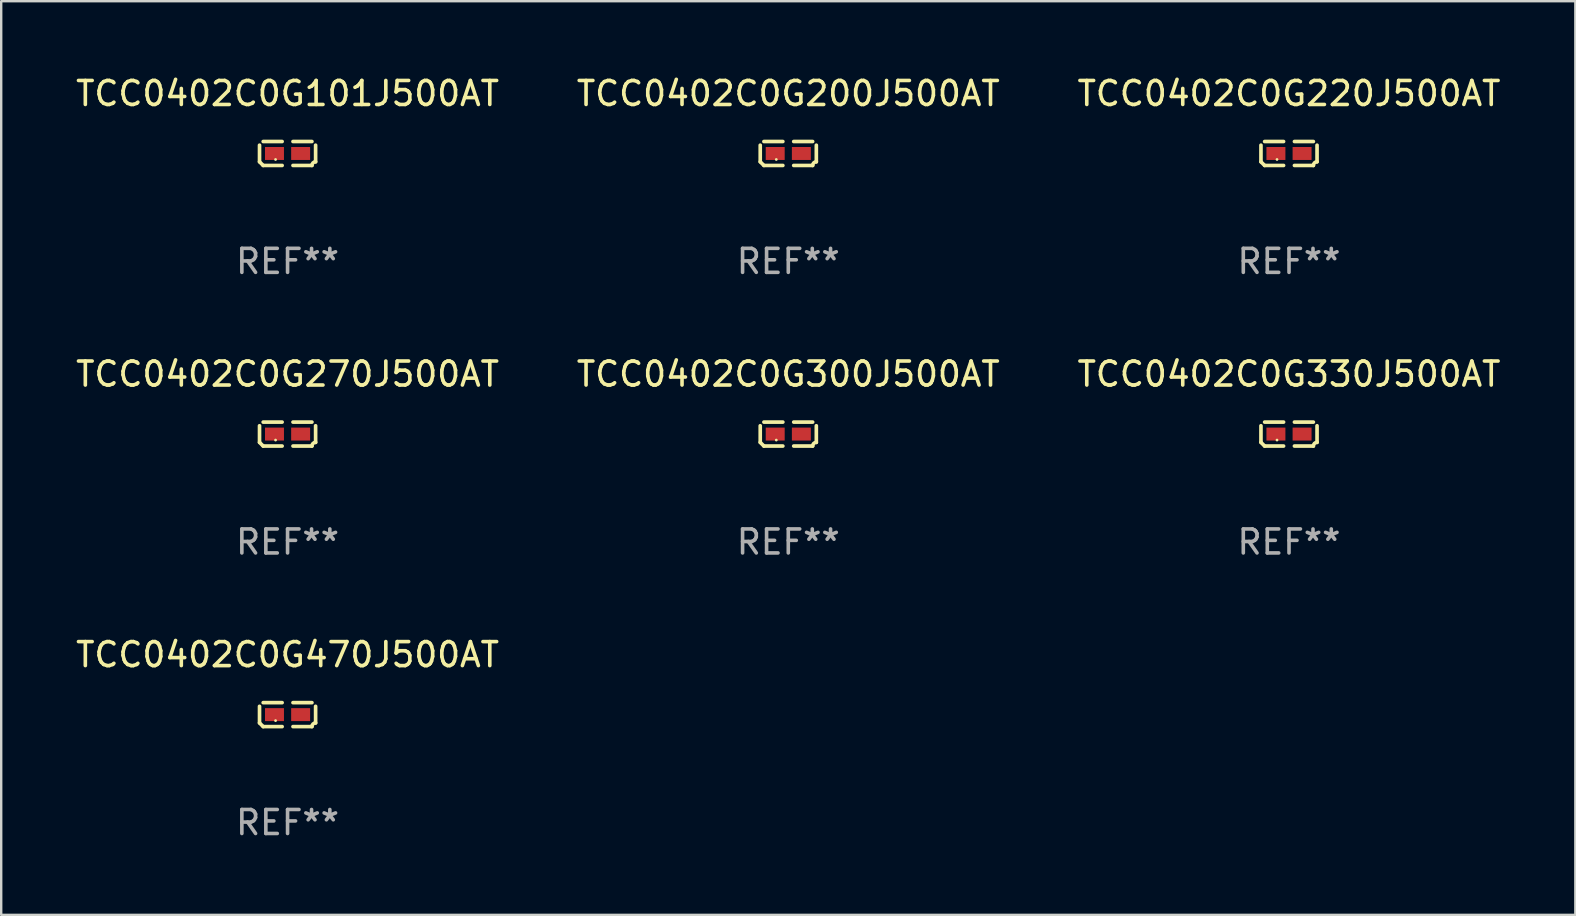
<source format=kicad_pcb>
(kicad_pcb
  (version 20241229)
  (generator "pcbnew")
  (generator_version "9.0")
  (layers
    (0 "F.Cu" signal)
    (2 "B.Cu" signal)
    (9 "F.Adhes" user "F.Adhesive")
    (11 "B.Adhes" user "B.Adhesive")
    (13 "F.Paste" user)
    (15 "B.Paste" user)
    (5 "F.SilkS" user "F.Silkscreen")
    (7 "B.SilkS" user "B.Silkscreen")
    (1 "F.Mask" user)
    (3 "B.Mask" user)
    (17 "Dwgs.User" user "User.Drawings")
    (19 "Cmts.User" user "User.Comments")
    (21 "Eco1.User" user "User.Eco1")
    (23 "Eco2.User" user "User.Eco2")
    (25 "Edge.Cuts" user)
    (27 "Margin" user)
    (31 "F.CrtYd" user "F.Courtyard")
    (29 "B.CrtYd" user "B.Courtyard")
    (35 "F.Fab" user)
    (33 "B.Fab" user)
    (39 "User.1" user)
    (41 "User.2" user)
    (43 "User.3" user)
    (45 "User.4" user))
  (footprint "TCC0402C0G330J500AT"
    (layer "F.Cu")
    (at 50.673 15.041)
    (property "Reference" "TCC0402C0G330J500AT" (at 0 -2.499 0) (layer "F.SilkS") (effects (font (size 1 1) (thickness 0.15))))
    (attr through_hole)
    (fp_line (start -1.169 0.346) (end -1.169 -0.346) (stroke (width 0.152) (type solid)) (layer "F.SilkS"))
    (fp_line (start -1.016 -0.499) (end -0.226 -0.499) (stroke (width 0.152) (type solid)) (layer "F.SilkS"))
    (fp_line (start -0.226 0.499) (end -1.016 0.499) (stroke (width 0.152) (type solid)) (layer "F.SilkS"))
    (fp_line (start 0.226 0.499) (end 1.016 0.499) (stroke (width 0.152) (type solid)) (layer "F.SilkS"))
    (fp_line (start 1.016 -0.499) (end 0.226 -0.499) (stroke (width 0.152) (type solid)) (layer "F.SilkS"))
    (fp_line (start 1.169 0.346) (end 1.169 -0.346) (stroke (width 0.152) (type solid)) (layer "F.SilkS"))
    (fp_arc (start -1.016307 0.498603) (mid -1.092512 0.422405) (end -1.16871 0.3462) (stroke (width 0.1524) (type solid)) (layer "F.SilkS"))
    (fp_arc (start 1.016307 0.498603) (mid 1.060899 0.390758) (end 1.168707 0.346076) (stroke (width 0.1524) (type solid)) (layer "F.SilkS"))
    (fp_circle (center -0.5 0.25) (end -0.47 0.25) (stroke (width 0.06) (type solid)) (fill no) (layer "F.SilkS"))
    (fp_text user "REF**" (at 0 4.499 0) (layer "F.Fab") (effects (font (size 1 1) (thickness 0.15))))
    (pad "1" smd rect (at -0.545 0) (size 0.79 0.54) (layers "F.Cu" "F.Mask" "F.Paste"))
    (pad "2" smd rect (at 0.545 0) (size 0.79 0.54) (layers "F.Cu" "F.Mask" "F.Paste")))
  (footprint "TCC0402C0G270J500AT"
    (layer "F.Cu")
    (at 8.935 15.041)
    (property "Reference" "TCC0402C0G270J500AT" (at 0 -2.499 0) (layer "F.SilkS") (effects (font (size 1 1) (thickness 0.15))))
    (attr through_hole)
    (fp_line (start -1.169 0.346) (end -1.169 -0.346) (stroke (width 0.152) (type solid)) (layer "F.SilkS"))
    (fp_line (start -1.016 -0.499) (end -0.226 -0.499) (stroke (width 0.152) (type solid)) (layer "F.SilkS"))
    (fp_line (start -0.226 0.499) (end -1.016 0.499) (stroke (width 0.152) (type solid)) (layer "F.SilkS"))
    (fp_line (start 0.226 0.499) (end 1.016 0.499) (stroke (width 0.152) (type solid)) (layer "F.SilkS"))
    (fp_line (start 1.016 -0.499) (end 0.226 -0.499) (stroke (width 0.152) (type solid)) (layer "F.SilkS"))
    (fp_line (start 1.169 0.346) (end 1.169 -0.346) (stroke (width 0.152) (type solid)) (layer "F.SilkS"))
    (fp_arc (start -1.016307 0.498603) (mid -1.092512 0.422405) (end -1.16871 0.3462) (stroke (width 0.1524) (type solid)) (layer "F.SilkS"))
    (fp_arc (start 1.016307 0.498603) (mid 1.060899 0.390758) (end 1.168707 0.346076) (stroke (width 0.1524) (type solid)) (layer "F.SilkS"))
    (fp_circle (center -0.5 0.25) (end -0.47 0.25) (stroke (width 0.06) (type solid)) (fill no) (layer "F.SilkS"))
    (fp_text user "REF**" (at 0 4.499 0) (layer "F.Fab") (effects (font (size 1 1) (thickness 0.15))))
    (pad "1" smd rect (at -0.545 0) (size 0.79 0.54) (layers "F.Cu" "F.Mask" "F.Paste"))
    (pad "2" smd rect (at 0.545 0) (size 0.79 0.54) (layers "F.Cu" "F.Mask" "F.Paste")))
  (footprint "TCC0402C0G200J500AT"
    (layer "F.Cu")
    (at 29.804 3.347)
    (property "Reference" "TCC0402C0G200J500AT" (at 0 -2.499 0) (layer "F.SilkS") (effects (font (size 1 1) (thickness 0.15))))
    (attr through_hole)
    (fp_line (start -1.169 0.346) (end -1.169 -0.346) (stroke (width 0.152) (type solid)) (layer "F.SilkS"))
    (fp_line (start -1.016 -0.499) (end -0.226 -0.499) (stroke (width 0.152) (type solid)) (layer "F.SilkS"))
    (fp_line (start -0.226 0.499) (end -1.016 0.499) (stroke (width 0.152) (type solid)) (layer "F.SilkS"))
    (fp_line (start 0.226 0.499) (end 1.016 0.499) (stroke (width 0.152) (type solid)) (layer "F.SilkS"))
    (fp_line (start 1.016 -0.499) (end 0.226 -0.499) (stroke (width 0.152) (type solid)) (layer "F.SilkS"))
    (fp_line (start 1.169 0.346) (end 1.169 -0.346) (stroke (width 0.152) (type solid)) (layer "F.SilkS"))
    (fp_arc (start -1.016307 0.498603) (mid -1.092512 0.422405) (end -1.16871 0.3462) (stroke (width 0.1524) (type solid)) (layer "F.SilkS"))
    (fp_arc (start 1.016307 0.498603) (mid 1.060899 0.390758) (end 1.168707 0.346076) (stroke (width 0.1524) (type solid)) (layer "F.SilkS"))
    (fp_circle (center -0.5 0.25) (end -0.47 0.25) (stroke (width 0.06) (type solid)) (fill no) (layer "F.SilkS"))
    (fp_text user "REF**" (at 0 4.499 0) (layer "F.Fab") (effects (font (size 1 1) (thickness 0.15))))
    (pad "1" smd rect (at -0.545 0) (size 0.79 0.54) (layers "F.Cu" "F.Mask" "F.Paste"))
    (pad "2" smd rect (at 0.545 0) (size 0.79 0.54) (layers "F.Cu" "F.Mask" "F.Paste")))
  (footprint "TCC0402C0G470J500AT"
    (layer "F.Cu")
    (at 8.935 26.734)
    (property "Reference" "TCC0402C0G470J500AT" (at 0 -2.499 0) (layer "F.SilkS") (effects (font (size 1 1) (thickness 0.15))))
    (attr through_hole)
    (fp_line (start -1.169 0.346) (end -1.169 -0.346) (stroke (width 0.152) (type solid)) (layer "F.SilkS"))
    (fp_line (start -1.016 -0.499) (end -0.226 -0.499) (stroke (width 0.152) (type solid)) (layer "F.SilkS"))
    (fp_line (start -0.226 0.499) (end -1.016 0.499) (stroke (width 0.152) (type solid)) (layer "F.SilkS"))
    (fp_line (start 0.226 0.499) (end 1.016 0.499) (stroke (width 0.152) (type solid)) (layer "F.SilkS"))
    (fp_line (start 1.016 -0.499) (end 0.226 -0.499) (stroke (width 0.152) (type solid)) (layer "F.SilkS"))
    (fp_line (start 1.169 0.346) (end 1.169 -0.346) (stroke (width 0.152) (type solid)) (layer "F.SilkS"))
    (fp_arc (start -1.016307 0.498603) (mid -1.092512 0.422405) (end -1.16871 0.3462) (stroke (width 0.1524) (type solid)) (layer "F.SilkS"))
    (fp_arc (start 1.016307 0.498603) (mid 1.060899 0.390758) (end 1.168707 0.346076) (stroke (width 0.1524) (type solid)) (layer "F.SilkS"))
    (fp_circle (center -0.5 0.25) (end -0.47 0.25) (stroke (width 0.06) (type solid)) (fill no) (layer "F.SilkS"))
    (fp_text user "REF**" (at 0 4.499 0) (layer "F.Fab") (effects (font (size 1 1) (thickness 0.15))))
    (pad "1" smd rect (at -0.545 0) (size 0.79 0.54) (layers "F.Cu" "F.Mask" "F.Paste"))
    (pad "2" smd rect (at 0.545 0) (size 0.79 0.54) (layers "F.Cu" "F.Mask" "F.Paste")))
  (footprint "TCC0402C0G220J500AT"
    (layer "F.Cu")
    (at 50.673 3.347)
    (property "Reference" "TCC0402C0G220J500AT" (at 0 -2.499 0) (layer "F.SilkS") (effects (font (size 1 1) (thickness 0.15))))
    (attr through_hole)
    (fp_line (start -1.169 0.346) (end -1.169 -0.346) (stroke (width 0.152) (type solid)) (layer "F.SilkS"))
    (fp_line (start -1.016 -0.499) (end -0.226 -0.499) (stroke (width 0.152) (type solid)) (layer "F.SilkS"))
    (fp_line (start -0.226 0.499) (end -1.016 0.499) (stroke (width 0.152) (type solid)) (layer "F.SilkS"))
    (fp_line (start 0.226 0.499) (end 1.016 0.499) (stroke (width 0.152) (type solid)) (layer "F.SilkS"))
    (fp_line (start 1.016 -0.499) (end 0.226 -0.499) (stroke (width 0.152) (type solid)) (layer "F.SilkS"))
    (fp_line (start 1.169 0.346) (end 1.169 -0.346) (stroke (width 0.152) (type solid)) (layer "F.SilkS"))
    (fp_arc (start -1.016307 0.498603) (mid -1.092512 0.422405) (end -1.16871 0.3462) (stroke (width 0.1524) (type solid)) (layer "F.SilkS"))
    (fp_arc (start 1.016307 0.498603) (mid 1.060899 0.390758) (end 1.168707 0.346076) (stroke (width 0.1524) (type solid)) (layer "F.SilkS"))
    (fp_circle (center -0.5 0.25) (end -0.47 0.25) (stroke (width 0.06) (type solid)) (fill no) (layer "F.SilkS"))
    (fp_text user "REF**" (at 0 4.499 0) (layer "F.Fab") (effects (font (size 1 1) (thickness 0.15))))
    (pad "1" smd rect (at -0.545 0) (size 0.79 0.54) (layers "F.Cu" "F.Mask" "F.Paste"))
    (pad "2" smd rect (at 0.545 0) (size 0.79 0.54) (layers "F.Cu" "F.Mask" "F.Paste")))
  (footprint "TCC0402C0G101J500AT"
    (layer "F.Cu")
    (at 8.935 3.347)
    (property "Reference" "TCC0402C0G101J500AT" (at 0 -2.499 0) (layer "F.SilkS") (effects (font (size 1 1) (thickness 0.15))))
    (attr through_hole)
    (fp_line (start -1.169 0.346) (end -1.169 -0.346) (stroke (width 0.152) (type solid)) (layer "F.SilkS"))
    (fp_line (start -1.016 -0.499) (end -0.226 -0.499) (stroke (width 0.152) (type solid)) (layer "F.SilkS"))
    (fp_line (start -0.226 0.499) (end -1.016 0.499) (stroke (width 0.152) (type solid)) (layer "F.SilkS"))
    (fp_line (start 0.226 0.499) (end 1.016 0.499) (stroke (width 0.152) (type solid)) (layer "F.SilkS"))
    (fp_line (start 1.016 -0.499) (end 0.226 -0.499) (stroke (width 0.152) (type solid)) (layer "F.SilkS"))
    (fp_line (start 1.169 0.346) (end 1.169 -0.346) (stroke (width 0.152) (type solid)) (layer "F.SilkS"))
    (fp_arc (start -1.016307 0.498603) (mid -1.092512 0.422405) (end -1.16871 0.3462) (stroke (width 0.1524) (type solid)) (layer "F.SilkS"))
    (fp_arc (start 1.016307 0.498603) (mid 1.060899 0.390758) (end 1.168707 0.346076) (stroke (width 0.1524) (type solid)) (layer "F.SilkS"))
    (fp_circle (center -0.5 0.25) (end -0.47 0.25) (stroke (width 0.06) (type solid)) (fill no) (layer "F.SilkS"))
    (fp_text user "REF**" (at 0 4.499 0) (layer "F.Fab") (effects (font (size 1 1) (thickness 0.15))))
    (pad "1" smd rect (at -0.545 0) (size 0.79 0.54) (layers "F.Cu" "F.Mask" "F.Paste"))
    (pad "2" smd rect (at 0.545 0) (size 0.79 0.54) (layers "F.Cu" "F.Mask" "F.Paste")))
  (footprint "TCC0402C0G300J500AT"
    (layer "F.Cu")
    (at 29.804 15.041)
    (property "Reference" "TCC0402C0G300J500AT" (at 0 -2.499 0) (layer "F.SilkS") (effects (font (size 1 1) (thickness 0.15))))
    (attr through_hole)
    (fp_line (start -1.169 0.346) (end -1.169 -0.346) (stroke (width 0.152) (type solid)) (layer "F.SilkS"))
    (fp_line (start -1.016 -0.499) (end -0.226 -0.499) (stroke (width 0.152) (type solid)) (layer "F.SilkS"))
    (fp_line (start -0.226 0.499) (end -1.016 0.499) (stroke (width 0.152) (type solid)) (layer "F.SilkS"))
    (fp_line (start 0.226 0.499) (end 1.016 0.499) (stroke (width 0.152) (type solid)) (layer "F.SilkS"))
    (fp_line (start 1.016 -0.499) (end 0.226 -0.499) (stroke (width 0.152) (type solid)) (layer "F.SilkS"))
    (fp_line (start 1.169 0.346) (end 1.169 -0.346) (stroke (width 0.152) (type solid)) (layer "F.SilkS"))
    (fp_arc (start -1.016307 0.498603) (mid -1.092512 0.422405) (end -1.16871 0.3462) (stroke (width 0.1524) (type solid)) (layer "F.SilkS"))
    (fp_arc (start 1.016307 0.498603) (mid 1.060899 0.390758) (end 1.168707 0.346076) (stroke (width 0.1524) (type solid)) (layer "F.SilkS"))
    (fp_circle (center -0.5 0.25) (end -0.47 0.25) (stroke (width 0.06) (type solid)) (fill no) (layer "F.SilkS"))
    (fp_text user "REF**" (at 0 4.499 0) (layer "F.Fab") (effects (font (size 1 1) (thickness 0.15))))
    (pad "1" smd rect (at -0.545 0) (size 0.79 0.54) (layers "F.Cu" "F.Mask" "F.Paste"))
    (pad "2" smd rect (at 0.545 0) (size 0.79 0.54) (layers "F.Cu" "F.Mask" "F.Paste")))
  (gr_rect
    (start -3 -3)
    (end 62.607 35.081)
    (stroke (width 0.1) (type default))
    (fill no)
    (layer "Edge.Cuts")))
</source>
